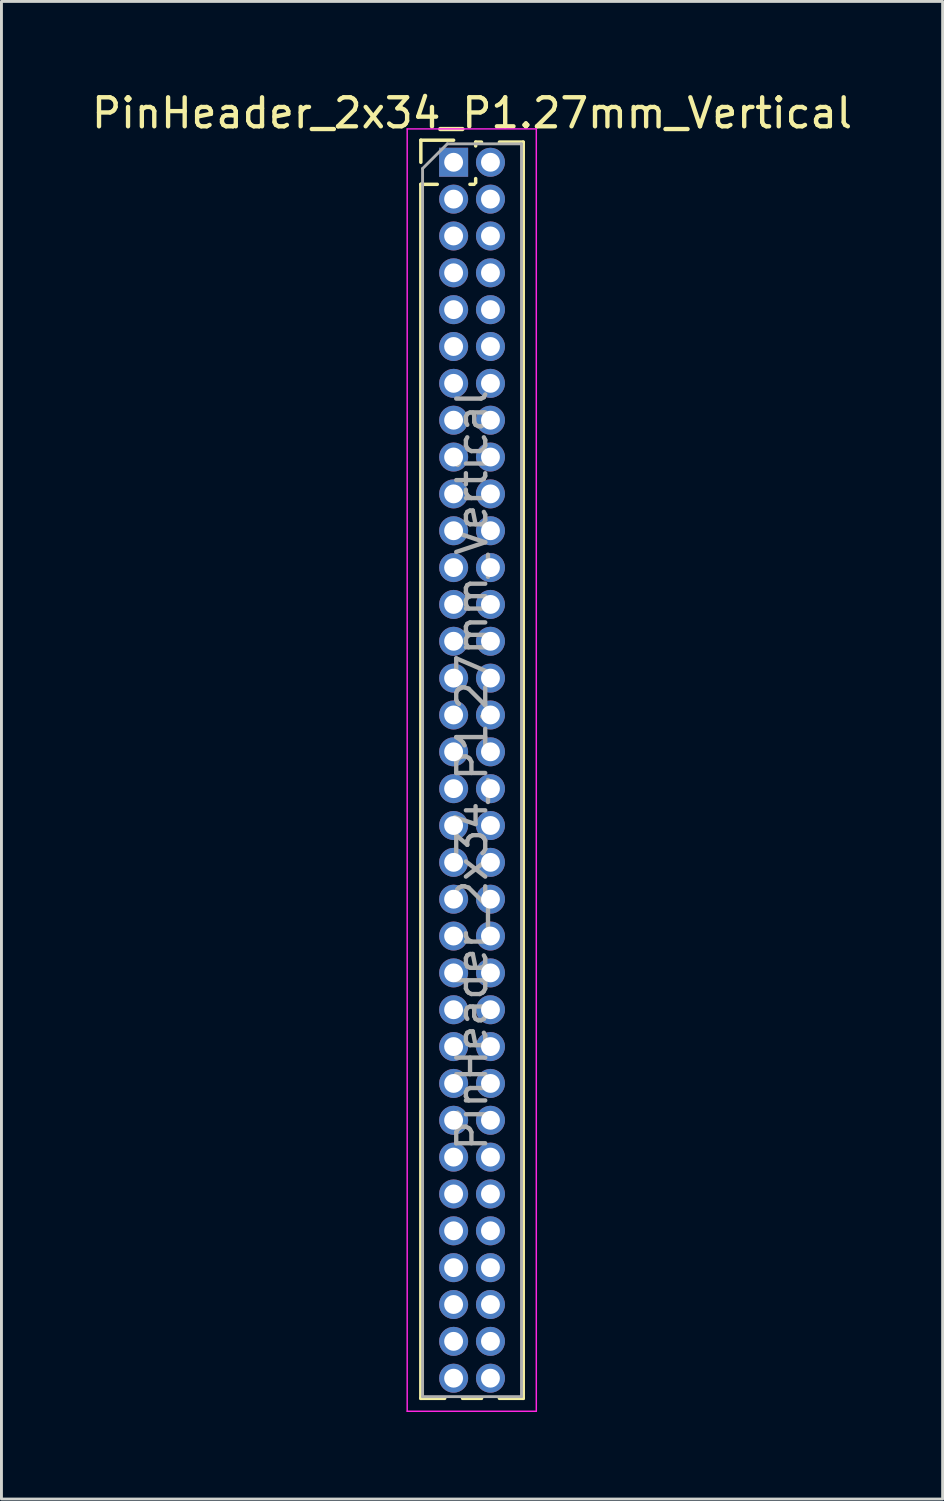
<source format=kicad_pcb>
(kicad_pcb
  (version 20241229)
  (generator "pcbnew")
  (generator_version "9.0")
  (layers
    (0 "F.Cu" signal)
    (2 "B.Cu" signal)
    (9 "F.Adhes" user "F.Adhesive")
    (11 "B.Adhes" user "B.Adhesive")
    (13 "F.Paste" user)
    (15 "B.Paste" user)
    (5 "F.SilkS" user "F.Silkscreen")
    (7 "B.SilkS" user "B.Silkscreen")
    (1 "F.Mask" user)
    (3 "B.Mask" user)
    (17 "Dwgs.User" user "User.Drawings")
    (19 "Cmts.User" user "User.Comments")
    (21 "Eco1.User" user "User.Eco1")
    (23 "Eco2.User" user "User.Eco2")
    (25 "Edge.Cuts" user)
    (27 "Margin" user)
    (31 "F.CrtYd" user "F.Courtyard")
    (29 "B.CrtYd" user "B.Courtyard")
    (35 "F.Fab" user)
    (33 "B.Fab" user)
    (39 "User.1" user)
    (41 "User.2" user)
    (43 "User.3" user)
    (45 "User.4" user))
  (footprint "PinHeader_2x34_P1.27mm_Vertical"
    (layer "F.Cu")
    (at 12.585 2.543)
    (property "Reference" "PinHeader_2x34_P1.27mm_Vertical" (at 0.635 -1.695 0) (layer "F.SilkS") (effects (font (size 1 1) (thickness 0.15))))
    (attr through_hole)
    (fp_line (start -1.13 -0.76) (end 0 -0.76) (stroke (width 0.12) (type solid)) (layer "F.SilkS"))
    (fp_line (start -1.13 0) (end -1.13 -0.76) (stroke (width 0.12) (type solid)) (layer "F.SilkS"))
    (fp_line (start -1.13 0.76) (end -1.13 42.605) (stroke (width 0.12) (type solid)) (layer "F.SilkS"))
    (fp_line (start -1.13 0.76) (end -0.563 0.76) (stroke (width 0.12) (type solid)) (layer "F.SilkS"))
    (fp_line (start -1.13 42.605) (end -0.308 42.605) (stroke (width 0.12) (type solid)) (layer "F.SilkS"))
    (fp_line (start 0.308 42.605) (end 0.962 42.605) (stroke (width 0.12) (type solid)) (layer "F.SilkS"))
    (fp_line (start 0.563 0.76) (end 0.707 0.76) (stroke (width 0.12) (type solid)) (layer "F.SilkS"))
    (fp_line (start 0.76 -0.695) (end 0.962 -0.695) (stroke (width 0.12) (type solid)) (layer "F.SilkS"))
    (fp_line (start 0.76 -0.563) (end 0.76 -0.695) (stroke (width 0.12) (type solid)) (layer "F.SilkS"))
    (fp_line (start 0.76 0.707) (end 0.76 0.563) (stroke (width 0.12) (type solid)) (layer "F.SilkS"))
    (fp_line (start 1.578 -0.695) (end 2.4 -0.695) (stroke (width 0.12) (type solid)) (layer "F.SilkS"))
    (fp_line (start 1.578 42.605) (end 2.4 42.605) (stroke (width 0.12) (type solid)) (layer "F.SilkS"))
    (fp_line (start 2.4 -0.695) (end 2.4 42.605) (stroke (width 0.12) (type solid)) (layer "F.SilkS"))
    (fp_line (start -1.6 -1.15) (end -1.6 43.05) (stroke (width 0.05) (type solid)) (layer "F.CrtYd"))
    (fp_line (start -1.6 43.05) (end 2.85 43.05) (stroke (width 0.05) (type solid)) (layer "F.CrtYd"))
    (fp_line (start 2.85 -1.15) (end -1.6 -1.15) (stroke (width 0.05) (type solid)) (layer "F.CrtYd"))
    (fp_line (start 2.85 43.05) (end 2.85 -1.15) (stroke (width 0.05) (type solid)) (layer "F.CrtYd"))
    (fp_line (start -1.07 0.217) (end -0.217 -0.635) (stroke (width 0.1) (type solid)) (layer "F.Fab"))
    (fp_line (start -1.07 42.545) (end -1.07 0.217) (stroke (width 0.1) (type solid)) (layer "F.Fab"))
    (fp_line (start -0.217 -0.635) (end 2.34 -0.635) (stroke (width 0.1) (type solid)) (layer "F.Fab"))
    (fp_line (start 2.34 -0.635) (end 2.34 42.545) (stroke (width 0.1) (type solid)) (layer "F.Fab"))
    (fp_line (start 2.34 42.545) (end -1.07 42.545) (stroke (width 0.1) (type solid)) (layer "F.Fab"))
    (fp_text user "${REFERENCE}" (at 0.635 20.955 90) (layer "F.Fab") (effects (font (size 1 1) (thickness 0.15))))
    (pad "1" thru_hole rect (at 0 0) (size 1 1) (drill 0.65) (layers "*.Cu" "*.Mask"))
    (pad "2" thru_hole oval (at 1.27 0) (size 1 1) (drill 0.65) (layers "*.Cu" "*.Mask"))
    (pad "3" thru_hole oval (at 0 1.27) (size 1 1) (drill 0.65) (layers "*.Cu" "*.Mask"))
    (pad "4" thru_hole oval (at 1.27 1.27) (size 1 1) (drill 0.65) (layers "*.Cu" "*.Mask"))
    (pad "5" thru_hole oval (at 0 2.54) (size 1 1) (drill 0.65) (layers "*.Cu" "*.Mask"))
    (pad "6" thru_hole oval (at 1.27 2.54) (size 1 1) (drill 0.65) (layers "*.Cu" "*.Mask"))
    (pad "7" thru_hole oval (at 0 3.81) (size 1 1) (drill 0.65) (layers "*.Cu" "*.Mask"))
    (pad "8" thru_hole oval (at 1.27 3.81) (size 1 1) (drill 0.65) (layers "*.Cu" "*.Mask"))
    (pad "9" thru_hole oval (at 0 5.08) (size 1 1) (drill 0.65) (layers "*.Cu" "*.Mask"))
    (pad "10" thru_hole oval (at 1.27 5.08) (size 1 1) (drill 0.65) (layers "*.Cu" "*.Mask"))
    (pad "11" thru_hole oval (at 0 6.35) (size 1 1) (drill 0.65) (layers "*.Cu" "*.Mask"))
    (pad "12" thru_hole oval (at 1.27 6.35) (size 1 1) (drill 0.65) (layers "*.Cu" "*.Mask"))
    (pad "13" thru_hole oval (at 0 7.62) (size 1 1) (drill 0.65) (layers "*.Cu" "*.Mask"))
    (pad "14" thru_hole oval (at 1.27 7.62) (size 1 1) (drill 0.65) (layers "*.Cu" "*.Mask"))
    (pad "15" thru_hole oval (at 0 8.89) (size 1 1) (drill 0.65) (layers "*.Cu" "*.Mask"))
    (pad "16" thru_hole oval (at 1.27 8.89) (size 1 1) (drill 0.65) (layers "*.Cu" "*.Mask"))
    (pad "17" thru_hole oval (at 0 10.16) (size 1 1) (drill 0.65) (layers "*.Cu" "*.Mask"))
    (pad "18" thru_hole oval (at 1.27 10.16) (size 1 1) (drill 0.65) (layers "*.Cu" "*.Mask"))
    (pad "19" thru_hole oval (at 0 11.43) (size 1 1) (drill 0.65) (layers "*.Cu" "*.Mask"))
    (pad "20" thru_hole oval (at 1.27 11.43) (size 1 1) (drill 0.65) (layers "*.Cu" "*.Mask"))
    (pad "21" thru_hole oval (at 0 12.7) (size 1 1) (drill 0.65) (layers "*.Cu" "*.Mask"))
    (pad "22" thru_hole oval (at 1.27 12.7) (size 1 1) (drill 0.65) (layers "*.Cu" "*.Mask"))
    (pad "23" thru_hole oval (at 0 13.97) (size 1 1) (drill 0.65) (layers "*.Cu" "*.Mask"))
    (pad "24" thru_hole oval (at 1.27 13.97) (size 1 1) (drill 0.65) (layers "*.Cu" "*.Mask"))
    (pad "25" thru_hole oval (at 0 15.24) (size 1 1) (drill 0.65) (layers "*.Cu" "*.Mask"))
    (pad "26" thru_hole oval (at 1.27 15.24) (size 1 1) (drill 0.65) (layers "*.Cu" "*.Mask"))
    (pad "27" thru_hole oval (at 0 16.51) (size 1 1) (drill 0.65) (layers "*.Cu" "*.Mask"))
    (pad "28" thru_hole oval (at 1.27 16.51) (size 1 1) (drill 0.65) (layers "*.Cu" "*.Mask"))
    (pad "29" thru_hole oval (at 0 17.78) (size 1 1) (drill 0.65) (layers "*.Cu" "*.Mask"))
    (pad "30" thru_hole oval (at 1.27 17.78) (size 1 1) (drill 0.65) (layers "*.Cu" "*.Mask"))
    (pad "31" thru_hole oval (at 0 19.05) (size 1 1) (drill 0.65) (layers "*.Cu" "*.Mask"))
    (pad "32" thru_hole oval (at 1.27 19.05) (size 1 1) (drill 0.65) (layers "*.Cu" "*.Mask"))
    (pad "33" thru_hole oval (at 0 20.32) (size 1 1) (drill 0.65) (layers "*.Cu" "*.Mask"))
    (pad "34" thru_hole oval (at 1.27 20.32) (size 1 1) (drill 0.65) (layers "*.Cu" "*.Mask"))
    (pad "35" thru_hole oval (at 0 21.59) (size 1 1) (drill 0.65) (layers "*.Cu" "*.Mask"))
    (pad "36" thru_hole oval (at 1.27 21.59) (size 1 1) (drill 0.65) (layers "*.Cu" "*.Mask"))
    (pad "37" thru_hole oval (at 0 22.86) (size 1 1) (drill 0.65) (layers "*.Cu" "*.Mask"))
    (pad "38" thru_hole oval (at 1.27 22.86) (size 1 1) (drill 0.65) (layers "*.Cu" "*.Mask"))
    (pad "39" thru_hole oval (at 0 24.13) (size 1 1) (drill 0.65) (layers "*.Cu" "*.Mask"))
    (pad "40" thru_hole oval (at 1.27 24.13) (size 1 1) (drill 0.65) (layers "*.Cu" "*.Mask"))
    (pad "41" thru_hole oval (at 0 25.4) (size 1 1) (drill 0.65) (layers "*.Cu" "*.Mask"))
    (pad "42" thru_hole oval (at 1.27 25.4) (size 1 1) (drill 0.65) (layers "*.Cu" "*.Mask"))
    (pad "43" thru_hole oval (at 0 26.67) (size 1 1) (drill 0.65) (layers "*.Cu" "*.Mask"))
    (pad "44" thru_hole oval (at 1.27 26.67) (size 1 1) (drill 0.65) (layers "*.Cu" "*.Mask"))
    (pad "45" thru_hole oval (at 0 27.94) (size 1 1) (drill 0.65) (layers "*.Cu" "*.Mask"))
    (pad "46" thru_hole oval (at 1.27 27.94) (size 1 1) (drill 0.65) (layers "*.Cu" "*.Mask"))
    (pad "47" thru_hole oval (at 0 29.21) (size 1 1) (drill 0.65) (layers "*.Cu" "*.Mask"))
    (pad "48" thru_hole oval (at 1.27 29.21) (size 1 1) (drill 0.65) (layers "*.Cu" "*.Mask"))
    (pad "49" thru_hole oval (at 0 30.48) (size 1 1) (drill 0.65) (layers "*.Cu" "*.Mask"))
    (pad "50" thru_hole oval (at 1.27 30.48) (size 1 1) (drill 0.65) (layers "*.Cu" "*.Mask"))
    (pad "51" thru_hole oval (at 0 31.75) (size 1 1) (drill 0.65) (layers "*.Cu" "*.Mask"))
    (pad "52" thru_hole oval (at 1.27 31.75) (size 1 1) (drill 0.65) (layers "*.Cu" "*.Mask"))
    (pad "53" thru_hole oval (at 0 33.02) (size 1 1) (drill 0.65) (layers "*.Cu" "*.Mask"))
    (pad "54" thru_hole oval (at 1.27 33.02) (size 1 1) (drill 0.65) (layers "*.Cu" "*.Mask"))
    (pad "55" thru_hole oval (at 0 34.29) (size 1 1) (drill 0.65) (layers "*.Cu" "*.Mask"))
    (pad "56" thru_hole oval (at 1.27 34.29) (size 1 1) (drill 0.65) (layers "*.Cu" "*.Mask"))
    (pad "57" thru_hole oval (at 0 35.56) (size 1 1) (drill 0.65) (layers "*.Cu" "*.Mask"))
    (pad "58" thru_hole oval (at 1.27 35.56) (size 1 1) (drill 0.65) (layers "*.Cu" "*.Mask"))
    (pad "59" thru_hole oval (at 0 36.83) (size 1 1) (drill 0.65) (layers "*.Cu" "*.Mask"))
    (pad "60" thru_hole oval (at 1.27 36.83) (size 1 1) (drill 0.65) (layers "*.Cu" "*.Mask"))
    (pad "61" thru_hole oval (at 0 38.1) (size 1 1) (drill 0.65) (layers "*.Cu" "*.Mask"))
    (pad "62" thru_hole oval (at 1.27 38.1) (size 1 1) (drill 0.65) (layers "*.Cu" "*.Mask"))
    (pad "63" thru_hole oval (at 0 39.37) (size 1 1) (drill 0.65) (layers "*.Cu" "*.Mask"))
    (pad "64" thru_hole oval (at 1.27 39.37) (size 1 1) (drill 0.65) (layers "*.Cu" "*.Mask"))
    (pad "65" thru_hole oval (at 0 40.64) (size 1 1) (drill 0.65) (layers "*.Cu" "*.Mask"))
    (pad "66" thru_hole oval (at 1.27 40.64) (size 1 1) (drill 0.65) (layers "*.Cu" "*.Mask"))
    (pad "67" thru_hole oval (at 0 41.91) (size 1 1) (drill 0.65) (layers "*.Cu" "*.Mask"))
    (pad "68" thru_hole oval (at 1.27 41.91) (size 1 1) (drill 0.65) (layers "*.Cu" "*.Mask")))
  (gr_rect
    (start -3 -3)
    (end 29.44 48.618)
    (stroke (width 0.1) (type default))
    (fill no)
    (layer "Edge.Cuts")))
</source>
